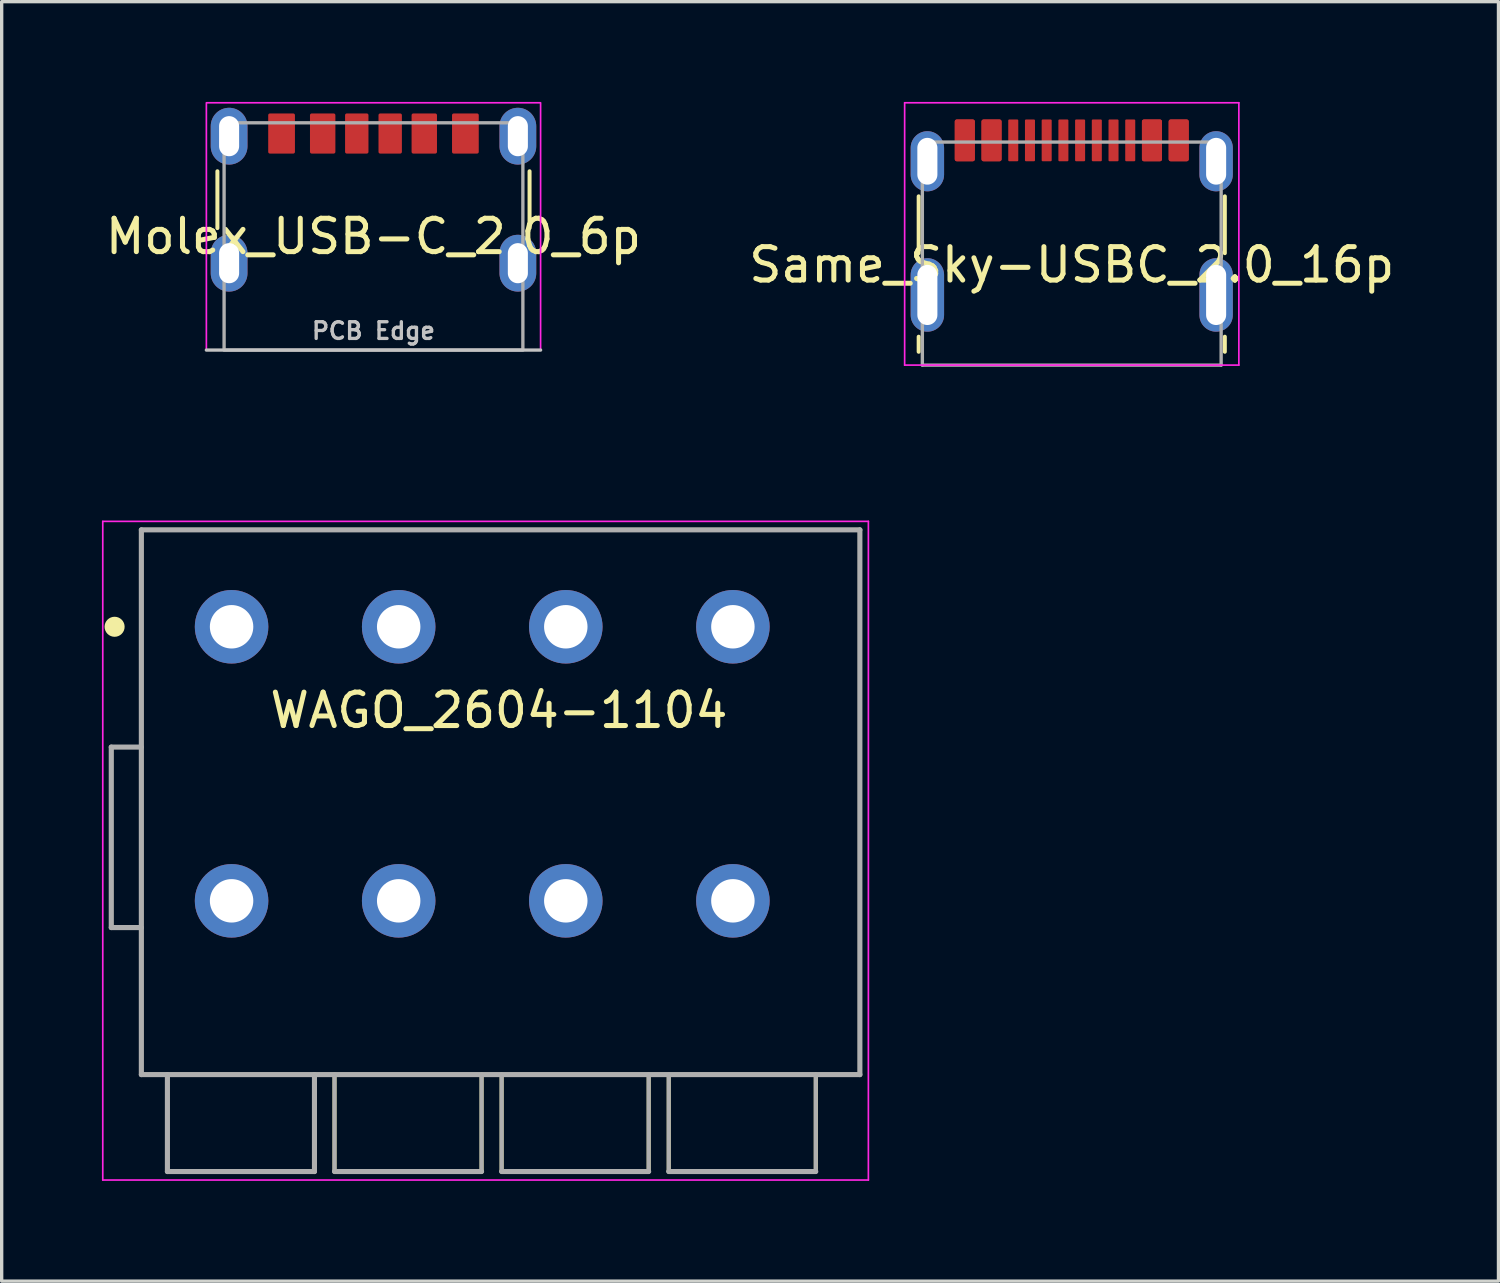
<source format=kicad_pcb>
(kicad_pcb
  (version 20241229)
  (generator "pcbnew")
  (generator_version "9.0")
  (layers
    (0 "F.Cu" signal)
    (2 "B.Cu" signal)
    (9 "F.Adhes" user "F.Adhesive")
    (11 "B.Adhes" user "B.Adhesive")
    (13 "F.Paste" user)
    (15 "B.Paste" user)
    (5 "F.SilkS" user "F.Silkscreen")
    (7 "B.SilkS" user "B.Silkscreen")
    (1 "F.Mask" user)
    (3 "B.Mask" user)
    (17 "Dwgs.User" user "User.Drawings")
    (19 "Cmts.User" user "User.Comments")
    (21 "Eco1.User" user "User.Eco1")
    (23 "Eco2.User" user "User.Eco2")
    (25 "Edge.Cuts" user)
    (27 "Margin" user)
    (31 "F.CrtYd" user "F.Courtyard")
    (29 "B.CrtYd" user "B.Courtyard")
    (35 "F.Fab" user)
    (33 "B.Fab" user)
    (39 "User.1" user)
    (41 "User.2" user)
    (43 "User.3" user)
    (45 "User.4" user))
  (footprint "Same_Sky-USBC_2.0_16p"
    (layer "F.Cu")
    (at 29.018 4.875)
    (property "Reference" "Same_Sky-USBC_2.0_16p" (at 0 0 0) (layer "F.SilkS") (effects (font (size 1 1) (thickness 0.15))))
    (attr smd)
    (fp_line (start -4.58 -2.05) (end -4.58 -0.35) (stroke (width 0.12) (type solid)) (layer "F.SilkS"))
    (fp_line (start -4.58 2.6) (end -4.58 2.15) (stroke (width 0.12) (type solid)) (layer "F.SilkS"))
    (fp_line (start 4.58 -0.35) (end 4.58 -2.05) (stroke (width 0.12) (type solid)) (layer "F.SilkS"))
    (fp_line (start 4.58 2.15) (end 4.58 2.6) (stroke (width 0.12) (type solid)) (layer "F.SilkS"))
    (fp_line (start -5 -4.85) (end 5 -4.85) (stroke (width 0.05) (type solid)) (layer "F.CrtYd"))
    (fp_line (start -5 3) (end -5 -4.85) (stroke (width 0.05) (type solid)) (layer "F.CrtYd"))
    (fp_line (start 5 -4.85) (end 5 3) (stroke (width 0.05) (type solid)) (layer "F.CrtYd"))
    (fp_line (start 5 3) (end -5 3) (stroke (width 0.05) (type solid)) (layer "F.CrtYd"))
    (fp_line (start -4.47 -3.675) (end -4.47 3) (stroke (width 0.1) (type solid)) (layer "F.Fab"))
    (fp_line (start -4.47 -3.675) (end 4.47 -3.675) (stroke (width 0.1) (type solid)) (layer "F.Fab"))
    (fp_line (start -4.47 3) (end 4.47 3) (stroke (width 0.1) (type solid)) (layer "F.Fab"))
    (fp_line (start 4.47 3) (end 4.47 -3.675) (stroke (width 0.1) (type solid)) (layer "F.Fab"))
    (fp_line (start -4.7 3) (end 4.7 3) (stroke (width 0.1) (type default)) (layer "User.1"))
    (fp_text user "PCB edge" (at 0 3.2 0) (unlocked yes) (layer "User.1") (effects (font (size 1 1) (thickness 0.15)) (justify top)))
    (pad "A1" smd roundrect (at -3.2 -3.725) (size 0.6 1.25) (layers "F.Cu" "F.Mask" "F.Paste") (roundrect_rratio 0.1))
    (pad "A4" smd roundrect (at -2.4 -3.725) (size 0.6 1.25) (layers "F.Cu" "F.Mask" "F.Paste") (roundrect_rratio 0.1))
    (pad "A5" smd roundrect (at -1.25 -3.725) (size 0.3 1.25) (layers "F.Cu" "F.Mask" "F.Paste") (roundrect_rratio 0.1))
    (pad "A6" smd roundrect (at -0.25 -3.725) (size 0.3 1.25) (layers "F.Cu" "F.Mask" "F.Paste") (roundrect_rratio 0.1))
    (pad "A7" smd roundrect (at 0.25 -3.725) (size 0.3 1.25) (layers "F.Cu" "F.Mask" "F.Paste") (roundrect_rratio 0.1))
    (pad "A8" smd roundrect (at 1.25 -3.725) (size 0.3 1.25) (layers "F.Cu" "F.Mask" "F.Paste") (roundrect_rratio 0.1))
    (pad "A9" smd roundrect (at 2.4 -3.725) (size 0.6 1.25) (layers "F.Cu" "F.Mask" "F.Paste") (roundrect_rratio 0.1))
    (pad "A12" smd roundrect (at 3.2 -3.725) (size 0.6 1.25) (layers "F.Cu" "F.Mask" "F.Paste") (roundrect_rratio 0.1))
    (pad "B1" smd roundrect (at 3.2 -3.725) (size 0.6 1.25) (layers "F.Cu" "F.Mask" "F.Paste") (roundrect_rratio 0.1))
    (pad "B4" smd roundrect (at 2.4 -3.725) (size 0.6 1.25) (layers "F.Cu" "F.Mask" "F.Paste") (roundrect_rratio 0.1))
    (pad "B5" smd roundrect (at 1.75 -3.725) (size 0.3 1.25) (layers "F.Cu" "F.Mask" "F.Paste") (roundrect_rratio 0.1))
    (pad "B6" smd roundrect (at 0.75 -3.725) (size 0.3 1.25) (layers "F.Cu" "F.Mask" "F.Paste") (roundrect_rratio 0.1))
    (pad "B7" smd roundrect (at -0.75 -3.725) (size 0.3 1.25) (layers "F.Cu" "F.Mask" "F.Paste") (roundrect_rratio 0.1))
    (pad "B8" smd roundrect (at -1.75 -3.725) (size 0.3 1.25) (layers "F.Cu" "F.Mask" "F.Paste") (roundrect_rratio 0.1))
    (pad "B9" smd roundrect (at -2.4 -3.725) (size 0.6 1.25) (layers "F.Cu" "F.Mask" "F.Paste") (roundrect_rratio 0.1))
    (pad "B12" smd roundrect (at -3.2 -3.725) (size 0.6 1.25) (layers "F.Cu" "F.Mask" "F.Paste") (roundrect_rratio 0.1))
    (pad "S1" thru_hole oval (at -4.32 -3.1) (size 1 1.8) (drill oval 0.6 1.4) (property pad_prop_heatsink) (layers "*.Cu" "*.Mask"))
    (pad "S1" thru_hole oval (at -4.32 0.9) (size 1 2.2) (drill oval 0.6 1.8) (property pad_prop_heatsink) (layers "*.Cu" "*.Mask"))
    (pad "S1" thru_hole oval (at 4.32 -3.1) (size 1 1.8) (drill oval 0.6 1.4) (property pad_prop_heatsink) (layers "*.Cu" "*.Mask"))
    (pad "S1" thru_hole oval (at 4.32 0.9) (size 1 2.2) (drill oval 0.6 1.8) (property pad_prop_heatsink) (layers "*.Cu" "*.Mask")))
  (footprint "WAGO_2604-1104"
    (layer "F.Cu")
    (at 3.879 15.704)
    (property "Reference" "WAGO_2604-1104" (at 8 2.5 0) (layer "F.SilkS") (effects (font (size 1 1) (thickness 0.15))))
    (attr through_hole)
    (fp_line (start -3.6 9) (end -3.6 3.6) (stroke (width 0.12) (type solid)) (layer "F.SilkS"))
    (fp_line (start -2.7 -2.9) (end 18.8 -2.9) (stroke (width 0.12) (type solid)) (layer "F.SilkS"))
    (fp_line (start -2.7 13.4) (end -2.7 -2.9) (stroke (width 0.12) (type solid)) (layer "F.SilkS"))
    (fp_line (start -2.7 13.4) (end 18.8 13.4) (stroke (width 0.12) (type solid)) (layer "F.SilkS"))
    (fp_line (start -2.7 3.6) (end -3.6 3.6) (stroke (width 0.12) (type solid)) (layer "F.SilkS"))
    (fp_line (start -2.7 9) (end -3.6 9) (stroke (width 0.12) (type solid)) (layer "F.SilkS"))
    (fp_line (start -1.92 13.4) (end -1.92 16.3) (stroke (width 0.12) (type solid)) (layer "F.SilkS"))
    (fp_line (start -1.92 16.3) (end 2.48 16.3) (stroke (width 0.12) (type solid)) (layer "F.SilkS"))
    (fp_line (start 2.48 13.4) (end 2.48 16.3) (stroke (width 0.12) (type solid)) (layer "F.SilkS"))
    (fp_line (start 3.08 13.4) (end 3.08 16.3) (stroke (width 0.12) (type solid)) (layer "F.SilkS"))
    (fp_line (start 3.08 16.3) (end 7.48 16.3) (stroke (width 0.12) (type solid)) (layer "F.SilkS"))
    (fp_line (start 7.48 13.4) (end 7.48 16.3) (stroke (width 0.12) (type solid)) (layer "F.SilkS"))
    (fp_line (start 8.08 13.4) (end 8.08 16.3) (stroke (width 0.12) (type solid)) (layer "F.SilkS"))
    (fp_line (start 8.08 16.3) (end 12.48 16.3) (stroke (width 0.12) (type solid)) (layer "F.SilkS"))
    (fp_line (start 12.48 13.4) (end 12.48 16.3) (stroke (width 0.12) (type solid)) (layer "F.SilkS"))
    (fp_line (start 13.08 13.4) (end 13.08 16.3) (stroke (width 0.12) (type solid)) (layer "F.SilkS"))
    (fp_line (start 13.08 16.3) (end 17.48 16.3) (stroke (width 0.12) (type solid)) (layer "F.SilkS"))
    (fp_line (start 17.48 13.4) (end 17.48 16.3) (stroke (width 0.12) (type solid)) (layer "F.SilkS"))
    (fp_line (start 18.8 -2.9) (end 18.8 13.4) (stroke (width 0.12) (type solid)) (layer "F.SilkS"))
    (fp_circle (center -3.5 0) (end -3.2 0) (stroke (width 0) (type solid)) (fill yes) (layer "F.SilkS"))
    (fp_line (start -3.854 -3.154) (end -3.854 16.554) (stroke (width 0.05) (type solid)) (layer "F.CrtYd"))
    (fp_line (start -3.854 16.554) (end 19.054 16.554) (stroke (width 0.05) (type solid)) (layer "F.CrtYd"))
    (fp_line (start 19.054 -3.154) (end -3.854 -3.154) (stroke (width 0.05) (type solid)) (layer "F.CrtYd"))
    (fp_line (start 19.054 16.554) (end 19.054 -3.154) (stroke (width 0.05) (type solid)) (layer "F.CrtYd"))
    (fp_line (start -3.6 9) (end -3.6 3.6) (stroke (width 0.152) (type solid)) (layer "F.Fab"))
    (fp_line (start -2.7 -2.9) (end 18.8 -2.9) (stroke (width 0.152) (type solid)) (layer "F.Fab"))
    (fp_line (start -2.7 13.4) (end -2.7 -2.9) (stroke (width 0.152) (type solid)) (layer "F.Fab"))
    (fp_line (start -2.7 13.4) (end 18.8 13.4) (stroke (width 0.152) (type solid)) (layer "F.Fab"))
    (fp_line (start -2.7 3.6) (end -3.6 3.6) (stroke (width 0.152) (type solid)) (layer "F.Fab"))
    (fp_line (start -2.7 9) (end -3.6 9) (stroke (width 0.152) (type solid)) (layer "F.Fab"))
    (fp_line (start -1.92 13.4) (end -1.92 16.3) (stroke (width 0.152) (type solid)) (layer "F.Fab"))
    (fp_line (start -1.92 16.3) (end 2.48 16.3) (stroke (width 0.152) (type solid)) (layer "F.Fab"))
    (fp_line (start 2.48 13.4) (end 2.48 16.3) (stroke (width 0.152) (type solid)) (layer "F.Fab"))
    (fp_line (start 3.08 13.4) (end 3.08 16.3) (stroke (width 0.12) (type solid)) (layer "F.Fab"))
    (fp_line (start 3.08 16.3) (end 7.48 16.3) (stroke (width 0.152) (type solid)) (layer "F.Fab"))
    (fp_line (start 7.48 13.4) (end 7.48 16.3) (stroke (width 0.12) (type solid)) (layer "F.Fab"))
    (fp_line (start 8.08 13.4) (end 8.08 16.3) (stroke (width 0.12) (type solid)) (layer "F.Fab"))
    (fp_line (start 8.08 16.3) (end 12.48 16.3) (stroke (width 0.152) (type solid)) (layer "F.Fab"))
    (fp_line (start 12.48 13.4) (end 12.48 16.3) (stroke (width 0.12) (type solid)) (layer "F.Fab"))
    (fp_line (start 13.08 13.4) (end 13.08 16.3) (stroke (width 0.12) (type solid)) (layer "F.Fab"))
    (fp_line (start 13.08 16.3) (end 17.48 16.3) (stroke (width 0.152) (type solid)) (layer "F.Fab"))
    (fp_line (start 17.48 13.4) (end 17.48 16.3) (stroke (width 0.12) (type solid)) (layer "F.Fab"))
    (fp_line (start 18.8 -2.9) (end 18.8 13.4) (stroke (width 0.152) (type solid)) (layer "F.Fab"))
    (pad "1" thru_hole circle (at 0 0) (size 2.2 2.2) (drill 1.3) (layers "*.Cu" "*.Mask"))
    (pad "1" thru_hole circle (at 0 8.2) (size 2.2 2.2) (drill 1.3) (layers "*.Cu" "*.Mask"))
    (pad "2" thru_hole circle (at 5 0) (size 2.2 2.2) (drill 1.3) (layers "*.Cu" "*.Mask"))
    (pad "2" thru_hole circle (at 5 8.2) (size 2.2 2.2) (drill 1.3) (layers "*.Cu" "*.Mask"))
    (pad "3" thru_hole circle (at 10 0) (size 2.2 2.2) (drill 1.3) (layers "*.Cu" "*.Mask"))
    (pad "3" thru_hole circle (at 10 8.2) (size 2.2 2.2) (drill 1.3) (layers "*.Cu" "*.Mask"))
    (pad "4" thru_hole circle (at 15 0) (size 2.2 2.2) (drill 1.3) (layers "*.Cu" "*.Mask"))
    (pad "4" thru_hole circle (at 15 8.2) (size 2.2 2.2) (drill 1.3) (layers "*.Cu" "*.Mask")))
  (footprint "Molex_USB-C_2.0_6p"
    (layer "F.Cu")
    (at 8.125 4.025)
    (property "Reference" "Molex_USB-C_2.0_6p" (at 0 0 0) (unlocked yes) (layer "F.SilkS") (effects (font (size 1 1) (thickness 0.15))))
    (attr smd)
    (fp_line (start -4.67 -0.25) (end -4.67 -1.95) (stroke (width 0.12) (type solid)) (layer "F.SilkS"))
    (fp_line (start 4.67 -0.25) (end 4.67 -1.95) (stroke (width 0.12) (type solid)) (layer "F.SilkS"))
    (fp_line (start 5 3.4) (end -5 3.4) (stroke (width 0.1) (type solid)) (layer "Dwgs.User"))
    (fp_rect (start -5 -4) (end 5 3.4) (stroke (width 0.05) (type default)) (fill no) (layer "F.CrtYd"))
    (fp_rect (start -4.47 -3.4) (end 4.47 3.4) (stroke (width 0.1) (type solid)) (fill no) (layer "F.Fab"))
    (fp_text user "PCB Edge" (at 0 2.825 0) (unlocked yes) (layer "Dwgs.User") (effects (font (size 0.5 0.5) (thickness 0.1))))
    (pad "A5" smd roundrect (at -0.5 -3.08) (size 0.7 1.2) (layers "F.Cu" "F.Mask" "F.Paste") (roundrect_rratio 0.071))
    (pad "A9" smd roundrect (at 1.52 -3.08 180) (size 0.76 1.2) (layers "F.Cu" "F.Mask" "F.Paste") (roundrect_rratio 0.066))
    (pad "A12" smd roundrect (at 2.75 -3.08 180) (size 0.8 1.2) (layers "F.Cu" "F.Mask" "F.Paste") (roundrect_rratio 0.062))
    (pad "B5" smd roundrect (at 0.5 -3.08 180) (size 0.7 1.2) (layers "F.Cu" "F.Mask" "F.Paste") (roundrect_rratio 0.071))
    (pad "B9" smd roundrect (at -1.52 -3.08) (size 0.76 1.2) (layers "F.Cu" "F.Mask" "F.Paste") (roundrect_rratio 0.066))
    (pad "B12" smd roundrect (at -2.75 -3.08) (size 0.8 1.2) (layers "F.Cu" "F.Mask" "F.Paste") (roundrect_rratio 0.062))
    (pad "S1" thru_hole oval (at -4.32 -3) (size 1.1 1.7) (drill oval 0.6 1.2) (property pad_prop_heatsink) (layers "*.Cu" "*.Mask" "F.Paste"))
    (pad "S1" thru_hole oval (at -4.32 0.8) (size 1.1 1.7) (drill oval 0.6 1.2) (property pad_prop_heatsink) (layers "*.Cu" "*.Mask" "F.Paste"))
    (pad "S1" thru_hole oval (at 4.32 -3) (size 1.1 1.7) (drill oval 0.6 1.2) (property pad_prop_heatsink) (layers "*.Cu" "*.Mask" "F.Paste"))
    (pad "S1" thru_hole oval (at 4.32 0.8) (size 1.1 1.7) (drill oval 0.6 1.2) (property pad_prop_heatsink) (layers "*.Cu" "*.Mask" "F.Paste")))
  (gr_rect
    (start -3 -3)
    (end 41.786 35.283)
    (stroke (width 0.1) (type default))
    (fill no)
    (layer "Edge.Cuts")))
</source>
